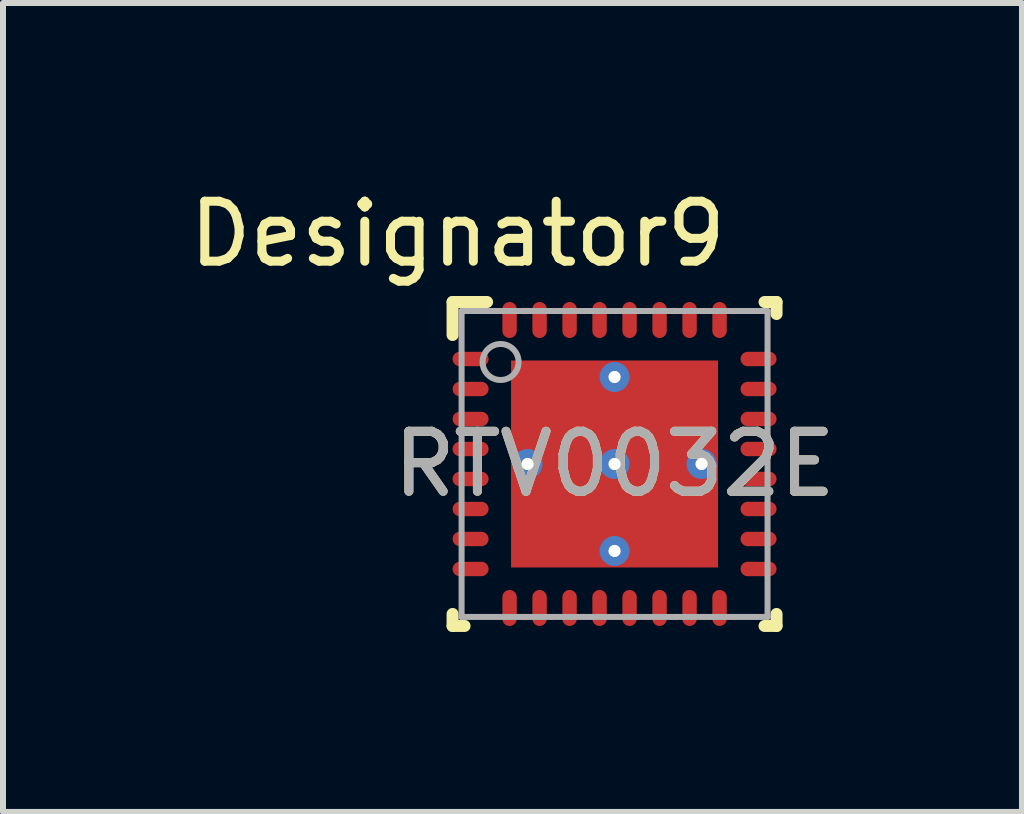
<source format=kicad_pcb>
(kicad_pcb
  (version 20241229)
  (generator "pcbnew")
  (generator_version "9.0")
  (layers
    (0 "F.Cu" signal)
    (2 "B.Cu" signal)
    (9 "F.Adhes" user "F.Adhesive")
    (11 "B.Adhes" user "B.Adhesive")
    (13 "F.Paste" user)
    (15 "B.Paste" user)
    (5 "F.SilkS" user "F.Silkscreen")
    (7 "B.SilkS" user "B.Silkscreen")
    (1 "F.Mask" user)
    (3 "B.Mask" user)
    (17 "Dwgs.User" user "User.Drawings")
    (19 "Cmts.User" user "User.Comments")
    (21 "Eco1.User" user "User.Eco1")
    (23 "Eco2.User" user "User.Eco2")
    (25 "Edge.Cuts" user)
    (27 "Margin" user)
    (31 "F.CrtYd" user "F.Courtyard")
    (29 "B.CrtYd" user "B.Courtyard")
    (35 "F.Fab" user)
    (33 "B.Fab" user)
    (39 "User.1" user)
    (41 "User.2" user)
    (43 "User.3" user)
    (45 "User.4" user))
  (footprint "RTV0032E"
    (layer "F.Cu")
    (at 7.194 4.684)
    (property "Reference" "RTV0032E" (at 0 0 0) (unlocked yes) (layer "F.SilkS") (effects (font (size 1 1) (thickness 0.15))))
    (attr smd)
    (fp_line (start -2.7 -2.7) (end -2.125 -2.7) (stroke (width 0.2) (type solid)) (layer "F.SilkS"))
    (fp_line (start -2.7 -2.15) (end -2.7 -2.7) (stroke (width 0.2) (type solid)) (layer "F.SilkS"))
    (fp_line (start -2.7 2.7) (end -2.7 2.5) (stroke (width 0.2) (type solid)) (layer "F.SilkS"))
    (fp_line (start -2.7 2.7) (end -2.5 2.7) (stroke (width 0.2) (type solid)) (layer "F.SilkS"))
    (fp_line (start 2.5 -2.7) (end 2.7 -2.7) (stroke (width 0.2) (type solid)) (layer "F.SilkS"))
    (fp_line (start 2.5 2.7) (end 2.7 2.7) (stroke (width 0.2) (type solid)) (layer "F.SilkS"))
    (fp_line (start 2.7 -2.5) (end 2.7 -2.7) (stroke (width 0.2) (type solid)) (layer "F.SilkS"))
    (fp_line (start 2.7 2.7) (end 2.7 2.5) (stroke (width 0.2) (type solid)) (layer "F.SilkS"))
    (fp_poly (pts (xy -0.1 -1.586) (xy -1.586 -1.586) (xy -1.586 -0.1) (xy -0.1 -0.1)) (stroke (width 0) (type solid)) (fill yes) (layer "F.Paste"))
    (fp_poly (pts (xy -0.1 0.1) (xy -1.586 0.1) (xy -1.586 1.586) (xy -0.1 1.586)) (stroke (width 0) (type solid)) (fill yes) (layer "F.Paste"))
    (fp_poly (pts (xy 0.1 -0.1) (xy 1.586 -0.1) (xy 1.586 -1.586) (xy 0.1 -1.586)) (stroke (width 0) (type solid)) (fill yes) (layer "F.Paste"))
    (fp_poly (pts (xy 0.1 1.586) (xy 1.586 1.586) (xy 1.586 0.1) (xy 0.1 0.1)) (stroke (width 0) (type solid)) (fill yes) (layer "F.Paste"))
    (fp_line (start -2.55 -2.55) (end 2.55 -2.55) (stroke (width 0.1) (type solid)) (layer "F.Fab"))
    (fp_line (start -2.55 2.55) (end -2.55 -2.55) (stroke (width 0.1) (type solid)) (layer "F.Fab"))
    (fp_line (start -2.55 2.55) (end 2.55 2.55) (stroke (width 0.1) (type solid)) (layer "F.Fab"))
    (fp_line (start 2.55 2.55) (end 2.55 -2.55) (stroke (width 0.1) (type solid)) (layer "F.Fab"))
    (fp_circle (center -1.9 -1.7) (end -1.6 -1.7) (stroke (width 0.1) (type solid)) (fill no) (layer "F.Fab"))
    (fp_text user "Designator9" (at -2.616 -3.835 0) (unlocked yes) (layer "F.SilkS") (effects (font (size 1 1) (thickness 0.15))))
    (fp_text user "${REFERENCE}" (at 0 0 0) (unlocked yes) (layer "F.Fab") (effects (font (size 1 1) (thickness 0.15))))
    (pad "1" smd oval (at -2.4 -1.75 90) (size 0.24 0.6) (layers "F.Cu" "F.Mask" "F.Paste"))
    (pad "2" smd oval (at -2.4 -1.25 90) (size 0.24 0.6) (layers "F.Cu" "F.Mask" "F.Paste"))
    (pad "3" smd oval (at -2.4 -0.75 90) (size 0.24 0.6) (layers "F.Cu" "F.Mask" "F.Paste"))
    (pad "4" smd oval (at -2.4 -0.25 90) (size 0.24 0.6) (layers "F.Cu" "F.Mask" "F.Paste"))
    (pad "5" smd oval (at -2.4 0.25 90) (size 0.24 0.6) (layers "F.Cu" "F.Mask" "F.Paste"))
    (pad "6" smd oval (at -2.4 0.75 90) (size 0.24 0.6) (layers "F.Cu" "F.Mask" "F.Paste"))
    (pad "7" smd oval (at -2.4 1.25 90) (size 0.24 0.6) (layers "F.Cu" "F.Mask" "F.Paste"))
    (pad "8" smd oval (at -2.4 1.75 90) (size 0.24 0.6) (layers "F.Cu" "F.Mask" "F.Paste"))
    (pad "9" smd oval (at -1.75 2.4) (size 0.24 0.6) (layers "F.Cu" "F.Mask" "F.Paste"))
    (pad "10" smd oval (at -1.25 2.4) (size 0.24 0.6) (layers "F.Cu" "F.Mask" "F.Paste"))
    (pad "11" smd oval (at -0.75 2.4) (size 0.24 0.6) (layers "F.Cu" "F.Mask" "F.Paste"))
    (pad "12" smd oval (at -0.25 2.4) (size 0.24 0.6) (layers "F.Cu" "F.Mask" "F.Paste"))
    (pad "13" smd oval (at 0.25 2.4) (size 0.24 0.6) (layers "F.Cu" "F.Mask" "F.Paste"))
    (pad "14" smd oval (at 0.75 2.4) (size 0.24 0.6) (layers "F.Cu" "F.Mask" "F.Paste"))
    (pad "15" smd oval (at 1.25 2.4) (size 0.24 0.6) (layers "F.Cu" "F.Mask" "F.Paste"))
    (pad "16" smd oval (at 1.75 2.4) (size 0.24 0.6) (layers "F.Cu" "F.Mask" "F.Paste"))
    (pad "17" smd oval (at 2.4 1.75 90) (size 0.24 0.6) (layers "F.Cu" "F.Mask" "F.Paste"))
    (pad "18" smd oval (at 2.4 1.25 90) (size 0.24 0.6) (layers "F.Cu" "F.Mask" "F.Paste"))
    (pad "19" smd oval (at 2.4 0.75 90) (size 0.24 0.6) (layers "F.Cu" "F.Mask" "F.Paste"))
    (pad "20" smd oval (at 2.4 0.25 90) (size 0.24 0.6) (layers "F.Cu" "F.Mask" "F.Paste"))
    (pad "21" smd oval (at 2.4 -0.25 90) (size 0.24 0.6) (layers "F.Cu" "F.Mask" "F.Paste"))
    (pad "22" smd oval (at 2.4 -0.75 90) (size 0.24 0.6) (layers "F.Cu" "F.Mask" "F.Paste"))
    (pad "23" smd oval (at 2.4 -1.25 90) (size 0.24 0.6) (layers "F.Cu" "F.Mask" "F.Paste"))
    (pad "24" smd oval (at 2.4 -1.75 90) (size 0.24 0.6) (layers "F.Cu" "F.Mask" "F.Paste"))
    (pad "25" smd oval (at 1.75 -2.4) (size 0.24 0.6) (layers "F.Cu" "F.Mask" "F.Paste"))
    (pad "26" smd oval (at 1.25 -2.4) (size 0.24 0.6) (layers "F.Cu" "F.Mask" "F.Paste"))
    (pad "27" smd oval (at 0.75 -2.4) (size 0.24 0.6) (layers "F.Cu" "F.Mask" "F.Paste"))
    (pad "28" smd oval (at 0.25 -2.4) (size 0.24 0.6) (layers "F.Cu" "F.Mask" "F.Paste"))
    (pad "29" smd oval (at -0.25 -2.4) (size 0.24 0.6) (layers "F.Cu" "F.Mask" "F.Paste"))
    (pad "30" smd oval (at -0.75 -2.4) (size 0.24 0.6) (layers "F.Cu" "F.Mask" "F.Paste"))
    (pad "31" smd oval (at -1.25 -2.4) (size 0.24 0.6) (layers "F.Cu" "F.Mask" "F.Paste"))
    (pad "32" smd oval (at -1.75 -2.4) (size 0.24 0.6) (layers "F.Cu" "F.Mask" "F.Paste"))
    (pad "33" smd rect (at 0 0) (size 3.45 3.45) (layers "F.Cu" "F.Mask"))
    (pad "V" thru_hole circle (at -1.45 0) (size 0.5 0.5) (drill 0.203) (layers "*.Cu" "*.Mask"))
    (pad "V" thru_hole circle (at 0 -1.45) (size 0.5 0.5) (drill 0.203) (layers "*.Cu" "*.Mask"))
    (pad "V" thru_hole circle (at 0 0) (size 0.5 0.5) (drill 0.203) (layers "*.Cu" "*.Mask"))
    (pad "V" thru_hole circle (at 0 1.45) (size 0.5 0.5) (drill 0.203) (layers "*.Cu" "*.Mask"))
    (pad "V" thru_hole circle (at 1.45 0) (size 0.5 0.5) (drill 0.203) (layers "*.Cu" "*.Mask")))
  (gr_rect
    (start -3 -3)
    (end 13.985 10.484)
    (stroke (width 0.1) (type default))
    (fill no)
    (layer "Edge.Cuts")))
</source>
